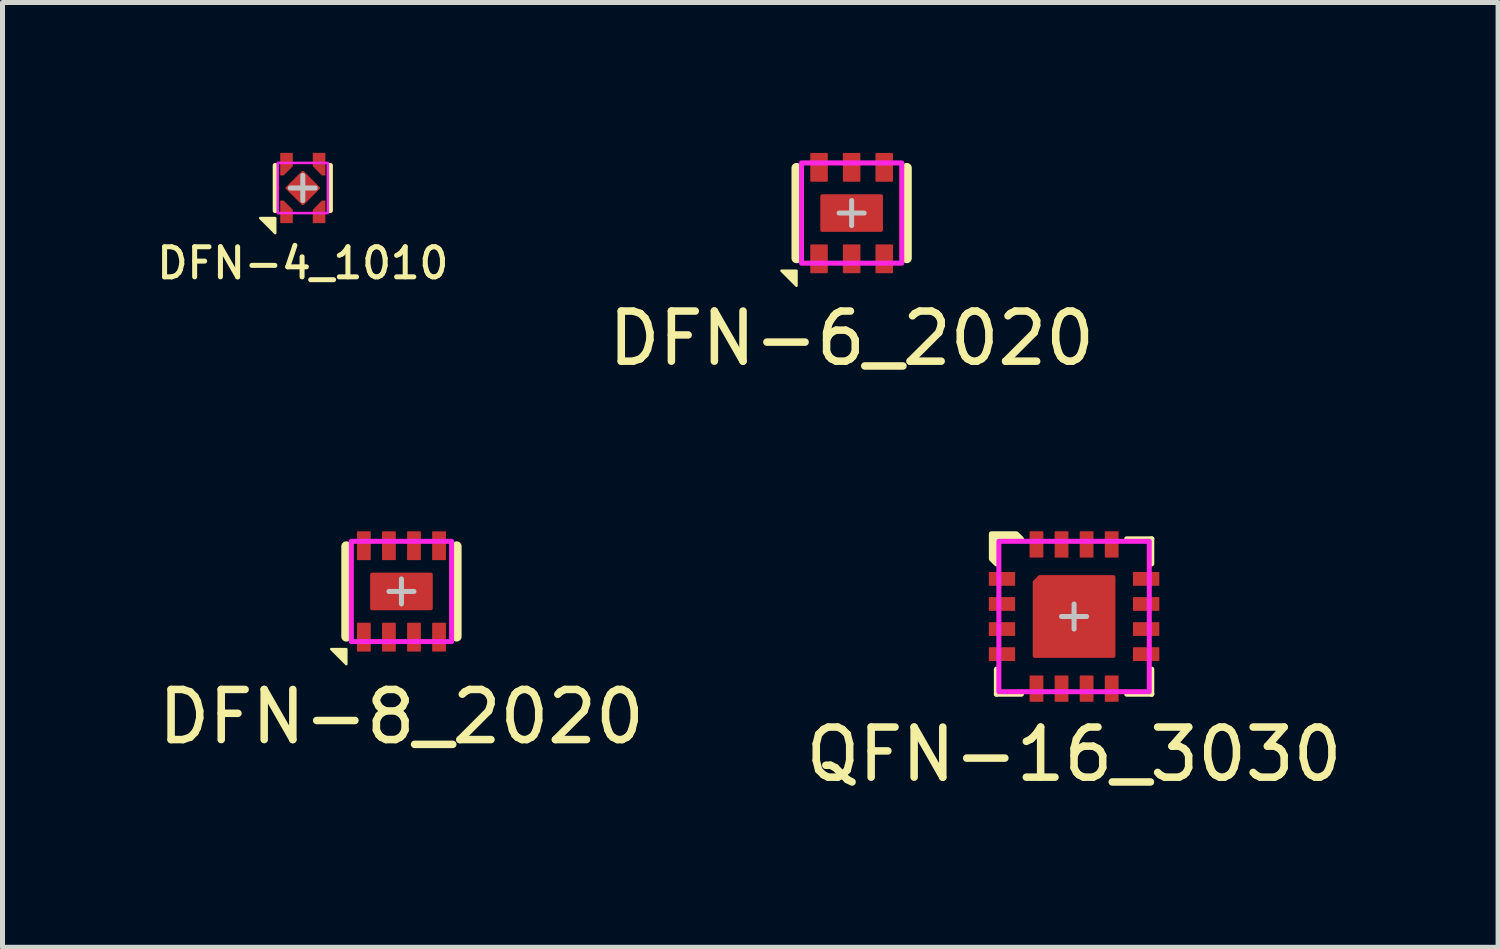
<source format=kicad_pcb>
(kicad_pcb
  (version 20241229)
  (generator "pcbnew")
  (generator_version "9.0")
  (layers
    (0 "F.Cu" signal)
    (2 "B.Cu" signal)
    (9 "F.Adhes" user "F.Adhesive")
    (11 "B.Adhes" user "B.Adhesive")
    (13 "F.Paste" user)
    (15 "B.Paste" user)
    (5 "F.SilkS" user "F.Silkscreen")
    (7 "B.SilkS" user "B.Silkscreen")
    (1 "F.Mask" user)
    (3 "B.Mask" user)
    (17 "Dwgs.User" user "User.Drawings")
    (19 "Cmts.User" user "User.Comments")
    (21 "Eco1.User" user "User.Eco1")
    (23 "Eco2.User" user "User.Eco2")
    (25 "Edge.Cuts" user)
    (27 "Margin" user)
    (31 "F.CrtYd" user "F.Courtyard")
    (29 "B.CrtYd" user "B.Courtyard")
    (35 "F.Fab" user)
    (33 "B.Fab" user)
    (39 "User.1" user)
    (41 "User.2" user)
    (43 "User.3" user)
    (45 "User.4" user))
  (footprint "QFN-16_3030"
    (layer "F.Cu")
    (at 18.375 9.248)
    (property "Reference" "QFN-16_3030" (at 0 2.75 0) (unlocked yes) (layer "F.SilkS") (effects (font (size 1 1) (thickness 0.15))))
    (attr smd)
    (fp_line (start -1.55 1.05) (end -1.55 1.55) (stroke (width 0.1) (type solid)) (layer "F.SilkS"))
    (fp_line (start -1.55 1.55) (end -1.05 1.55) (stroke (width 0.1) (type solid)) (layer "F.SilkS"))
    (fp_line (start 1.05 1.55) (end 1.55 1.55) (stroke (width 0.1) (type solid)) (layer "F.SilkS"))
    (fp_line (start 1.55 -1.55) (end 1.05 -1.55) (stroke (width 0.1) (type solid)) (layer "F.SilkS"))
    (fp_line (start 1.55 -1.05) (end 1.55 -1.55) (stroke (width 0.1) (type solid)) (layer "F.SilkS"))
    (fp_line (start 1.55 1.55) (end 1.55 1.05) (stroke (width 0.1) (type solid)) (layer "F.SilkS"))
    (fp_poly (pts (xy -1.05 -1.55) (xy -1.55 -1.55) (xy -1.55 -1.05) (xy -1.65 -1.15) (xy -1.65 -1.65) (xy -1.15 -1.65)) (stroke (width 0.1) (type solid)) (fill yes) (layer "F.SilkS"))
    (fp_rect (start -0.65 0.1) (end -0.1 0.65) (stroke (width 0) (type solid)) (fill yes) (layer "F.Paste"))
    (fp_rect (start 0.1 -0.65) (end 0.65 -0.1) (stroke (width 0) (type solid)) (fill yes) (layer "F.Paste"))
    (fp_rect (start 0.1 0.1) (end 0.65 0.65) (stroke (width 0) (type solid)) (fill yes) (layer "F.Paste"))
    (fp_poly (pts (xy -0.1 -0.1) (xy -0.65 -0.1) (xy -0.65 -0.6) (xy -0.6 -0.65) (xy -0.1 -0.65)) (stroke (width 0) (type solid)) (fill yes) (layer "F.Paste"))
    (fp_line (start 0 -0.25) (end 0 0.25) (stroke (width 0.1) (type solid)) (layer "Dwgs.User"))
    (fp_line (start 0.25 0) (end -0.25 0) (stroke (width 0.1) (type solid)) (layer "Dwgs.User"))
    (fp_rect (start 1.5 -1.5) (end -1.5 1.5) (stroke (width 0.1) (type solid)) (fill no) (layer "F.CrtYd"))
    (pad "1" smd roundrect (at -1.438 -0.75) (size 0.525 0.275) (layers "F.Cu" "F.Mask" "F.Paste") (roundrect_rratio 0.05))
    (pad "2" smd roundrect (at -1.438 -0.25) (size 0.525 0.275) (layers "F.Cu" "F.Mask" "F.Paste") (roundrect_rratio 0.05))
    (pad "3" smd roundrect (at -1.438 0.25) (size 0.525 0.275) (layers "F.Cu" "F.Mask" "F.Paste") (roundrect_rratio 0.05))
    (pad "4" smd roundrect (at -1.438 0.75) (size 0.525 0.275) (layers "F.Cu" "F.Mask" "F.Paste") (roundrect_rratio 0.05))
    (pad "5" smd roundrect (at -0.75 1.438 90) (size 0.525 0.275) (layers "F.Cu" "F.Mask" "F.Paste") (roundrect_rratio 0.05))
    (pad "6" smd roundrect (at -0.25 1.438 90) (size 0.525 0.275) (layers "F.Cu" "F.Mask" "F.Paste") (roundrect_rratio 0.05))
    (pad "7" smd roundrect (at 0.25 1.438 90) (size 0.525 0.275) (layers "F.Cu" "F.Mask" "F.Paste") (roundrect_rratio 0.05))
    (pad "8" smd roundrect (at 0.75 1.438 90) (size 0.525 0.275) (layers "F.Cu" "F.Mask" "F.Paste") (roundrect_rratio 0.05))
    (pad "9" smd roundrect (at 1.438 0.75) (size 0.525 0.275) (layers "F.Cu" "F.Mask" "F.Paste") (roundrect_rratio 0.05))
    (pad "10" smd roundrect (at 1.438 0.25) (size 0.525 0.275) (layers "F.Cu" "F.Mask" "F.Paste") (roundrect_rratio 0.05))
    (pad "11" smd roundrect (at 1.438 -0.25) (size 0.525 0.275) (layers "F.Cu" "F.Mask" "F.Paste") (roundrect_rratio 0.05))
    (pad "12" smd roundrect (at 1.438 -0.75) (size 0.525 0.275) (layers "F.Cu" "F.Mask" "F.Paste") (roundrect_rratio 0.05))
    (pad "13" smd roundrect (at 0.75 -1.438 90) (size 0.525 0.275) (layers "F.Cu" "F.Mask" "F.Paste") (roundrect_rratio 0.05))
    (pad "14" smd roundrect (at 0.25 -1.438 90) (size 0.525 0.275) (layers "F.Cu" "F.Mask" "F.Paste") (roundrect_rratio 0.05))
    (pad "15" smd roundrect (at -0.25 -1.438 90) (size 0.525 0.275) (layers "F.Cu" "F.Mask" "F.Paste") (roundrect_rratio 0.05))
    (pad "16" smd roundrect (at -0.75 -1.438 90) (size 0.525 0.275) (layers "F.Cu" "F.Mask" "F.Paste") (roundrect_rratio 0.05))
    (pad "EP" smd roundrect (at 0 0) (size 1.65 1.65) (layers "F.Cu" "F.Mask") (roundrect_rratio 0.025) (chamfer_ratio 0.075) (chamfer top_left)))
  (footprint "DFN-6_2020"
    (layer "F.Cu")
    (at 13.938 1.2)
    (property "Reference" "DFN-6_2020" (at 0 2.5 0) (unlocked yes) (layer "F.SilkS") (effects (font (size 1 1) (thickness 0.15))))
    (attr smd)
    (fp_line (start -1.1 0.9) (end -1.1 -0.9) (stroke (width 0.2) (type solid)) (layer "F.SilkS"))
    (fp_line (start 1.1 -0.9) (end 1.1 0.9) (stroke (width 0.2) (type solid)) (layer "F.SilkS"))
    (fp_poly (pts (xy -1.4 1.15) (xy -1.1 1.15) (xy -1.1 1.45)) (stroke (width 0.05) (type solid)) (fill yes) (layer "F.SilkS"))
    (fp_line (start -0.25 0) (end 0.25 0) (stroke (width 0.1) (type solid)) (layer "Dwgs.User"))
    (fp_line (start 0 -0.25) (end 0 0.25) (stroke (width 0.1) (type solid)) (layer "Dwgs.User"))
    (fp_rect (start -1 -1) (end 1 1) (stroke (width 0.1) (type solid)) (fill no) (layer "F.CrtYd"))
    (pad "1" smd roundrect (at -0.65 0.912 90) (size 0.575 0.35) (layers "F.Cu" "F.Mask" "F.Paste") (roundrect_rratio 0.05))
    (pad "2" smd roundrect (at 0 0.912 90) (size 0.575 0.35) (layers "F.Cu" "F.Mask" "F.Paste") (roundrect_rratio 0.05))
    (pad "3" smd roundrect (at 0.65 0.912 90) (size 0.575 0.35) (layers "F.Cu" "F.Mask" "F.Paste") (roundrect_rratio 0.05))
    (pad "4" smd roundrect (at 0.65 -0.912 90) (size 0.575 0.35) (layers "F.Cu" "F.Mask" "F.Paste") (roundrect_rratio 0.05))
    (pad "5" smd roundrect (at 0 -0.912 90) (size 0.575 0.35) (layers "F.Cu" "F.Mask" "F.Paste") (roundrect_rratio 0.05))
    (pad "6" smd roundrect (at -0.65 -0.912 90) (size 0.575 0.35) (layers "F.Cu" "F.Mask" "F.Paste") (roundrect_rratio 0.05))
    (pad "EP" smd roundrect (at 0 0) (size 1.25 0.75) (layers "F.Cu" "F.Mask" "F.Paste") (roundrect_rratio 0.05)))
  (footprint "DFN-4_1010"
    (layer "F.Cu")
    (at 2.99 0.7)
    (property "Reference" "DFN-4_1010" (at 0 1.5 0) (unlocked yes) (layer "F.SilkS") (effects (font (size 0.6 0.6) (thickness 0.1))))
    (attr smd)
    (fp_line (start -0.55 0.45) (end -0.55 -0.45) (stroke (width 0.1) (type solid)) (layer "F.SilkS"))
    (fp_line (start 0.55 0.45) (end 0.55 -0.45) (stroke (width 0.1) (type solid)) (layer "F.SilkS"))
    (fp_poly (pts (xy -0.85 0.6) (xy -0.55 0.6) (xy -0.55 0.9)) (stroke (width 0.05) (type solid)) (fill yes) (layer "F.SilkS"))
    (fp_line (start -0.25 0) (end 0.25 0) (stroke (width 0.1) (type solid)) (layer "Dwgs.User"))
    (fp_line (start 0 -0.25) (end 0 0.25) (stroke (width 0.1) (type solid)) (layer "Dwgs.User"))
    (fp_rect (start -0.5 -0.5) (end 0.5 0.5) (stroke (width 0.05) (type solid)) (fill no) (layer "F.CrtYd"))
    (pad "1" smd custom (at -0.325 0.5 90) (size 0.2 0.1) (layers "F.Cu" "F.Mask" "F.Paste") (options (anchor rect)) (primitives (gr_poly (pts (xy 0.237 -0.062) (xy 0.062 0.113) (xy -0.188 0.113) (xy -0.188 -0.113) (xy 0.237 -0.113)) (width 0.025) (fill yes))))
    (pad "2" smd custom (at 0.325 0.5 270) (size 0.2 0.1) (layers "F.Cu" "F.Mask" "F.Paste") (options (anchor rect)) (primitives (gr_poly (pts (xy 0.188 0.113) (xy -0.062 0.113) (xy -0.237 -0.062) (xy -0.237 -0.113) (xy 0.188 -0.113)) (width 0.025) (fill yes))))
    (pad "3" smd custom (at 0.325 -0.5 270) (size 0.2 0.1) (layers "F.Cu" "F.Mask" "F.Paste") (options (anchor rect)) (primitives (gr_poly (pts (xy 0.237 -0.062) (xy 0.062 0.113) (xy -0.188 0.113) (xy -0.188 -0.113) (xy 0.237 -0.113)) (width 0.025) (fill yes))))
    (pad "4" smd custom (at -0.325 -0.5 90) (size 0.2 0.1) (layers "F.Cu" "F.Mask" "F.Paste") (options (anchor rect)) (primitives (gr_poly (pts (xy 0.188 0.113) (xy -0.062 0.113) (xy -0.237 -0.062) (xy -0.237 -0.113) (xy 0.188 -0.113)) (width 0.025) (fill yes))))
    (pad "EP" smd roundrect (at 0 0 135) (size 0.5 0.5) (layers "F.Cu" "F.Mask" "F.Paste") (roundrect_rratio 0.05)))
  (footprint "DFN-8_2020"
    (layer "F.Cu")
    (at 4.958 8.748)
    (property "Reference" "DFN-8_2020" (at 0 2.5 0) (unlocked yes) (layer "F.SilkS") (effects (font (size 1 1) (thickness 0.15))))
    (attr smd)
    (fp_line (start -1.1 0.9) (end -1.1 -0.9) (stroke (width 0.2) (type solid)) (layer "F.SilkS"))
    (fp_line (start 1.1 -0.9) (end 1.1 0.9) (stroke (width 0.2) (type solid)) (layer "F.SilkS"))
    (fp_poly (pts (xy -1.4 1.15) (xy -1.1 1.15) (xy -1.1 1.45)) (stroke (width 0.05) (type solid)) (fill yes) (layer "F.SilkS"))
    (fp_line (start -0.25 0) (end 0.25 0) (stroke (width 0.1) (type solid)) (layer "Dwgs.User"))
    (fp_line (start 0 -0.25) (end 0 0.25) (stroke (width 0.1) (type solid)) (layer "Dwgs.User"))
    (fp_rect (start -1 -1) (end 1 1) (stroke (width 0.1) (type solid)) (fill no) (layer "F.CrtYd"))
    (pad "1" smd roundrect (at -0.75 0.912 90) (size 0.575 0.275) (layers "F.Cu" "F.Mask" "F.Paste") (roundrect_rratio 0.05))
    (pad "2" smd roundrect (at -0.25 0.912 90) (size 0.575 0.275) (layers "F.Cu" "F.Mask" "F.Paste") (roundrect_rratio 0.05))
    (pad "3" smd roundrect (at 0.25 0.912 90) (size 0.575 0.275) (layers "F.Cu" "F.Mask" "F.Paste") (roundrect_rratio 0.05))
    (pad "4" smd roundrect (at 0.75 0.912 90) (size 0.575 0.275) (layers "F.Cu" "F.Mask" "F.Paste") (roundrect_rratio 0.05))
    (pad "5" smd roundrect (at 0.75 -0.912 90) (size 0.575 0.275) (layers "F.Cu" "F.Mask" "F.Paste") (roundrect_rratio 0.05))
    (pad "6" smd roundrect (at 0.25 -0.912 90) (size 0.575 0.275) (layers "F.Cu" "F.Mask" "F.Paste") (roundrect_rratio 0.05))
    (pad "7" smd roundrect (at -0.25 -0.912 90) (size 0.575 0.275) (layers "F.Cu" "F.Mask" "F.Paste") (roundrect_rratio 0.05))
    (pad "8" smd roundrect (at -0.75 -0.912 90) (size 0.575 0.275) (layers "F.Cu" "F.Mask" "F.Paste") (roundrect_rratio 0.05))
    (pad "EP" smd roundrect (at 0 0) (size 1.25 0.75) (layers "F.Cu" "F.Mask" "F.Paste") (roundrect_rratio 0.05)))
  (gr_rect
    (start -3 -3)
    (end 26.833 15.847)
    (stroke (width 0.1) (type default))
    (fill no)
    (layer "Edge.Cuts")))
</source>
